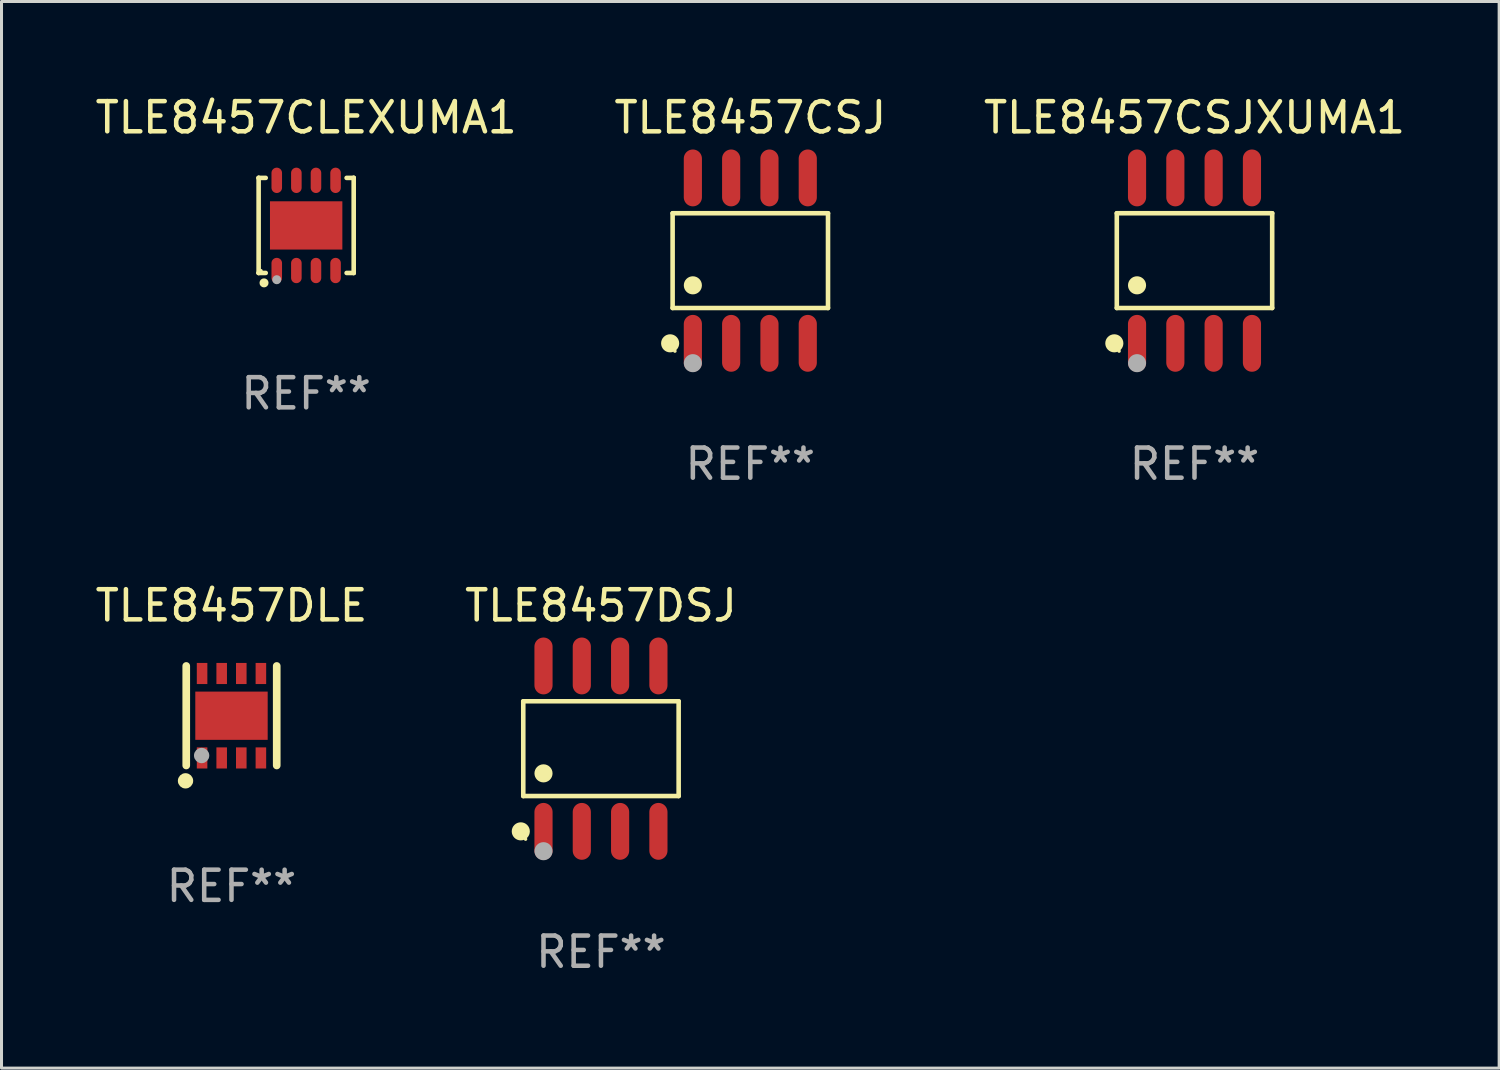
<source format=kicad_pcb>
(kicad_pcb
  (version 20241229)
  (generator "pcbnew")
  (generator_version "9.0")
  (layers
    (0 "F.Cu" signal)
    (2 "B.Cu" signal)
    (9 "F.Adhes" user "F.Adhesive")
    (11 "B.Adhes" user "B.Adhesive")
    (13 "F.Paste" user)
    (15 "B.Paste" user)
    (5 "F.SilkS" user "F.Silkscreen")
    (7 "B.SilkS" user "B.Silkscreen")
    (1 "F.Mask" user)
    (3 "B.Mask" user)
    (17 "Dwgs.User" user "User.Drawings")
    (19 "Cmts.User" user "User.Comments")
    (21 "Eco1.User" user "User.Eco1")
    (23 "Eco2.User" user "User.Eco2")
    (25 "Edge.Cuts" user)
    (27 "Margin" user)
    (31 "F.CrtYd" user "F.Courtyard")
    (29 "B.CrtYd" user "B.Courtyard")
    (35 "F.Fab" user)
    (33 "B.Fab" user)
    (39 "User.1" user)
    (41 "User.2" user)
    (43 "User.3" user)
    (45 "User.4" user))
  (footprint "TLE8457CSJ"
    (layer "F.Cu")
    (at 21.827 5.591)
    (property "Reference" "TLE8457CSJ" (at 0 -4.742 0) (layer "F.SilkS") (effects (font (size 1 1) (thickness 0.15))))
    (attr through_hole)
    (fp_line (start -2.576 -1.571) (end 2.576 -1.571) (stroke (width 0.152) (type solid)) (layer "F.SilkS"))
    (fp_line (start -2.576 1.571) (end -2.576 -1.571) (stroke (width 0.152) (type solid)) (layer "F.SilkS"))
    (fp_line (start 2.576 -1.571) (end 2.576 1.571) (stroke (width 0.152) (type solid)) (layer "F.SilkS"))
    (fp_line (start 2.576 1.571) (end -2.576 1.571) (stroke (width 0.152) (type solid)) (layer "F.SilkS"))
    (fp_circle (center -2.658 2.742) (end -2.508 2.742) (stroke (width 0.3) (type solid)) (fill no) (layer "F.SilkS"))
    (fp_circle (center -2.5 3) (end -2.47 3) (stroke (width 0.06) (type solid)) (fill no) (layer "F.SilkS"))
    (fp_circle (center -1.905 0.819) (end -1.755 0.819) (stroke (width 0.3) (type solid)) (fill no) (layer "F.SilkS"))
    (fp_circle (center -1.905 3.4) (end -1.755 3.4) (stroke (width 0.3) (type solid)) (fill no) (layer "F.Fab"))
    (fp_text user "REF**" (at 0 6.742 0) (layer "F.Fab") (effects (font (size 1 1) (thickness 0.15))))
    (pad "1" smd oval (at -1.905 2.742) (size 0.602 1.885) (layers "F.Cu" "F.Mask" "F.Paste"))
    (pad "2" smd oval (at -0.635 2.742) (size 0.602 1.885) (layers "F.Cu" "F.Mask" "F.Paste"))
    (pad "3" smd oval (at 0.635 2.742) (size 0.602 1.885) (layers "F.Cu" "F.Mask" "F.Paste"))
    (pad "4" smd oval (at 1.905 2.742) (size 0.602 1.885) (layers "F.Cu" "F.Mask" "F.Paste"))
    (pad "5" smd oval (at 1.905 -2.742) (size 0.602 1.885) (layers "F.Cu" "F.Mask" "F.Paste"))
    (pad "6" smd oval (at 0.635 -2.742) (size 0.602 1.885) (layers "F.Cu" "F.Mask" "F.Paste"))
    (pad "7" smd oval (at -0.635 -2.742) (size 0.602 1.885) (layers "F.Cu" "F.Mask" "F.Paste"))
    (pad "8" smd oval (at -1.905 -2.742) (size 0.602 1.885) (layers "F.Cu" "F.Mask" "F.Paste")))
  (footprint "TLE8457CLEXUMA1"
    (layer "F.Cu")
    (at 7.101 4.424)
    (property "Reference" "TLE8457CLEXUMA1" (at 0 -3.576 0) (layer "F.SilkS") (effects (font (size 1 1) (thickness 0.15))))
    (attr through_hole)
    (fp_line (start -1.576 -1.576) (end -1.576 -1.576) (stroke (width 0.152) (type solid)) (layer "F.SilkS"))
    (fp_line (start -1.576 -1.576) (end -1.341 -1.576) (stroke (width 0.152) (type solid)) (layer "F.SilkS"))
    (fp_line (start -1.576 1.576) (end -1.576 -1.576) (stroke (width 0.152) (type solid)) (layer "F.SilkS"))
    (fp_line (start -1.576 1.576) (end -1.576 1.576) (stroke (width 0.152) (type solid)) (layer "F.SilkS"))
    (fp_line (start -1.341 1.576) (end -1.576 1.576) (stroke (width 0.152) (type solid)) (layer "F.SilkS"))
    (fp_line (start 1.341 1.576) (end 1.576 1.576) (stroke (width 0.152) (type solid)) (layer "F.SilkS"))
    (fp_line (start 1.576 -1.576) (end 1.341 -1.576) (stroke (width 0.152) (type solid)) (layer "F.SilkS"))
    (fp_line (start 1.576 -1.576) (end 1.576 -1.576) (stroke (width 0.152) (type solid)) (layer "F.SilkS"))
    (fp_line (start 1.576 1.576) (end 1.576 -1.576) (stroke (width 0.152) (type solid)) (layer "F.SilkS"))
    (fp_line (start 1.576 1.576) (end 1.576 1.576) (stroke (width 0.152) (type solid)) (layer "F.SilkS"))
    (fp_circle (center -1.5 1.5) (end -1.47 1.5) (stroke (width 0.06) (type solid)) (fill no) (layer "F.SilkS"))
    (fp_circle (center -1.397 1.905) (end -1.322 1.905) (stroke (width 0.15) (type solid)) (fill no) (layer "F.SilkS"))
    (fp_circle (center -0.975 1.8) (end -0.9 1.8) (stroke (width 0.15) (type solid)) (fill no) (layer "F.Fab"))
    (fp_text user "REF**" (at 0 5.576 0) (layer "F.Fab") (effects (font (size 1 1) (thickness 0.15))))
    (pad "1" smd oval (at -0.975 1.495) (size 0.35 0.84) (layers "F.Cu" "F.Mask" "F.Paste"))
    (pad "2" smd oval (at -0.325 1.495) (size 0.35 0.84) (layers "F.Cu" "F.Mask" "F.Paste"))
    (pad "3" smd oval (at 0.325 1.495) (size 0.35 0.84) (layers "F.Cu" "F.Mask" "F.Paste"))
    (pad "4" smd oval (at 0.975 1.495) (size 0.35 0.84) (layers "F.Cu" "F.Mask" "F.Paste"))
    (pad "5" smd oval (at 0.975 -1.495) (size 0.35 0.84) (layers "F.Cu" "F.Mask" "F.Paste"))
    (pad "6" smd oval (at 0.325 -1.495) (size 0.35 0.84) (layers "F.Cu" "F.Mask" "F.Paste"))
    (pad "7" smd oval (at -0.325 -1.495) (size 0.35 0.84) (layers "F.Cu" "F.Mask" "F.Paste"))
    (pad "8" smd oval (at -0.975 -1.495) (size 0.35 0.84) (layers "F.Cu" "F.Mask" "F.Paste"))
    (pad "9" smd rect (at 0 0) (size 2.4 1.6) (layers "F.Cu" "F.Mask" "F.Paste")))
  (footprint "TLE8457DSJ"
    (layer "F.Cu")
    (at 16.875 21.772)
    (property "Reference" "TLE8457DSJ" (at 0 -4.742 0) (layer "F.SilkS") (effects (font (size 1 1) (thickness 0.15))))
    (attr through_hole)
    (fp_line (start -2.576 -1.571) (end 2.576 -1.571) (stroke (width 0.152) (type solid)) (layer "F.SilkS"))
    (fp_line (start -2.576 1.571) (end -2.576 -1.571) (stroke (width 0.152) (type solid)) (layer "F.SilkS"))
    (fp_line (start 2.576 -1.571) (end 2.576 1.571) (stroke (width 0.152) (type solid)) (layer "F.SilkS"))
    (fp_line (start 2.576 1.571) (end -2.576 1.571) (stroke (width 0.152) (type solid)) (layer "F.SilkS"))
    (fp_circle (center -2.658 2.742) (end -2.508 2.742) (stroke (width 0.3) (type solid)) (fill no) (layer "F.SilkS"))
    (fp_circle (center -2.5 3) (end -2.47 3) (stroke (width 0.06) (type solid)) (fill no) (layer "F.SilkS"))
    (fp_circle (center -1.905 0.819) (end -1.755 0.819) (stroke (width 0.3) (type solid)) (fill no) (layer "F.SilkS"))
    (fp_circle (center -1.905 3.4) (end -1.755 3.4) (stroke (width 0.3) (type solid)) (fill no) (layer "F.Fab"))
    (fp_text user "REF**" (at 0 6.742 0) (layer "F.Fab") (effects (font (size 1 1) (thickness 0.15))))
    (pad "1" smd oval (at -1.905 2.742) (size 0.602 1.885) (layers "F.Cu" "F.Mask" "F.Paste"))
    (pad "2" smd oval (at -0.635 2.742) (size 0.602 1.885) (layers "F.Cu" "F.Mask" "F.Paste"))
    (pad "3" smd oval (at 0.635 2.742) (size 0.602 1.885) (layers "F.Cu" "F.Mask" "F.Paste"))
    (pad "4" smd oval (at 1.905 2.742) (size 0.602 1.885) (layers "F.Cu" "F.Mask" "F.Paste"))
    (pad "5" smd oval (at 1.905 -2.742) (size 0.602 1.885) (layers "F.Cu" "F.Mask" "F.Paste"))
    (pad "6" smd oval (at 0.635 -2.742) (size 0.602 1.885) (layers "F.Cu" "F.Mask" "F.Paste"))
    (pad "7" smd oval (at -0.635 -2.742) (size 0.602 1.885) (layers "F.Cu" "F.Mask" "F.Paste"))
    (pad "8" smd oval (at -1.905 -2.742) (size 0.602 1.885) (layers "F.Cu" "F.Mask" "F.Paste")))
  (footprint "TLE8457CSJXUMA1"
    (layer "F.Cu")
    (at 36.554 5.591)
    (property "Reference" "TLE8457CSJXUMA1" (at 0 -4.742 0) (layer "F.SilkS") (effects (font (size 1 1) (thickness 0.15))))
    (attr through_hole)
    (fp_line (start -2.576 -1.571) (end 2.576 -1.571) (stroke (width 0.152) (type solid)) (layer "F.SilkS"))
    (fp_line (start -2.576 1.571) (end -2.576 -1.571) (stroke (width 0.152) (type solid)) (layer "F.SilkS"))
    (fp_line (start 2.576 -1.571) (end 2.576 1.571) (stroke (width 0.152) (type solid)) (layer "F.SilkS"))
    (fp_line (start 2.576 1.571) (end -2.576 1.571) (stroke (width 0.152) (type solid)) (layer "F.SilkS"))
    (fp_circle (center -2.658 2.742) (end -2.508 2.742) (stroke (width 0.3) (type solid)) (fill no) (layer "F.SilkS"))
    (fp_circle (center -2.5 3) (end -2.47 3) (stroke (width 0.06) (type solid)) (fill no) (layer "F.SilkS"))
    (fp_circle (center -1.905 0.819) (end -1.755 0.819) (stroke (width 0.3) (type solid)) (fill no) (layer "F.SilkS"))
    (fp_circle (center -1.905 3.4) (end -1.755 3.4) (stroke (width 0.3) (type solid)) (fill no) (layer "F.Fab"))
    (fp_text user "REF**" (at 0 6.742 0) (layer "F.Fab") (effects (font (size 1 1) (thickness 0.15))))
    (pad "1" smd oval (at -1.905 2.742) (size 0.602 1.885) (layers "F.Cu" "F.Mask" "F.Paste"))
    (pad "2" smd oval (at -0.635 2.742) (size 0.602 1.885) (layers "F.Cu" "F.Mask" "F.Paste"))
    (pad "3" smd oval (at 0.635 2.742) (size 0.602 1.885) (layers "F.Cu" "F.Mask" "F.Paste"))
    (pad "4" smd oval (at 1.905 2.742) (size 0.602 1.885) (layers "F.Cu" "F.Mask" "F.Paste"))
    (pad "5" smd oval (at 1.905 -2.742) (size 0.602 1.885) (layers "F.Cu" "F.Mask" "F.Paste"))
    (pad "6" smd oval (at 0.635 -2.742) (size 0.602 1.885) (layers "F.Cu" "F.Mask" "F.Paste"))
    (pad "7" smd oval (at -0.635 -2.742) (size 0.602 1.885) (layers "F.Cu" "F.Mask" "F.Paste"))
    (pad "8" smd oval (at -1.905 -2.742) (size 0.602 1.885) (layers "F.Cu" "F.Mask" "F.Paste")))
  (footprint "TLE8457DLE"
    (layer "F.Cu")
    (at 4.625 20.68)
    (property "Reference" "TLE8457DLE" (at 0 -3.65 0) (layer "F.SilkS") (effects (font (size 1 1) (thickness 0.15))))
    (attr through_hole)
    (fp_line (start -1.5 1.65) (end -1.5 -1.65) (stroke (width 0.254) (type solid)) (layer "F.SilkS"))
    (fp_line (start 1.5 1.65) (end 1.5 -1.65) (stroke (width 0.254) (type solid)) (layer "F.SilkS"))
    (fp_circle (center -1.524 2.159) (end -1.397 2.159) (stroke (width 0.254) (type solid)) (fill no) (layer "F.SilkS"))
    (fp_circle (center -1.5 1.5) (end -1.47 1.5) (stroke (width 0.06) (type solid)) (fill no) (layer "F.SilkS"))
    (fp_circle (center -0.99 1.32) (end -0.863 1.32) (stroke (width 0.254) (type solid)) (fill no) (layer "F.Fab"))
    (fp_text user "REF**" (at 0 5.65 0) (layer "F.Fab") (effects (font (size 1 1) (thickness 0.15))))
    (pad "1" smd rect (at -0.975 1.4 270) (size 0.7 0.35) (layers "F.Cu" "F.Mask" "F.Paste"))
    (pad "2" smd rect (at -0.325 1.4 270) (size 0.7 0.35) (layers "F.Cu" "F.Mask" "F.Paste"))
    (pad "3" smd rect (at 0.325 1.4 270) (size 0.7 0.35) (layers "F.Cu" "F.Mask" "F.Paste"))
    (pad "4" smd rect (at 0.975 1.4 270) (size 0.7 0.35) (layers "F.Cu" "F.Mask" "F.Paste"))
    (pad "5" smd rect (at 0.975 -1.4 270) (size 0.7 0.35) (layers "F.Cu" "F.Mask" "F.Paste"))
    (pad "6" smd rect (at 0.325 -1.4 270) (size 0.7 0.35) (layers "F.Cu" "F.Mask" "F.Paste"))
    (pad "7" smd rect (at -0.325 -1.4 270) (size 0.7 0.35) (layers "F.Cu" "F.Mask" "F.Paste"))
    (pad "8" smd rect (at -0.975 -1.4 270) (size 0.7 0.35) (layers "F.Cu" "F.Mask" "F.Paste"))
    (pad "9" smd rect (at 0.000241 0.000064) (size 2.4 1.6) (layers "F.Cu" "F.Mask" "F.Paste")))
  (gr_rect
    (start -3 -3)
    (end 46.655 32.363)
    (stroke (width 0.1) (type default))
    (fill no)
    (layer "Edge.Cuts")))
</source>
